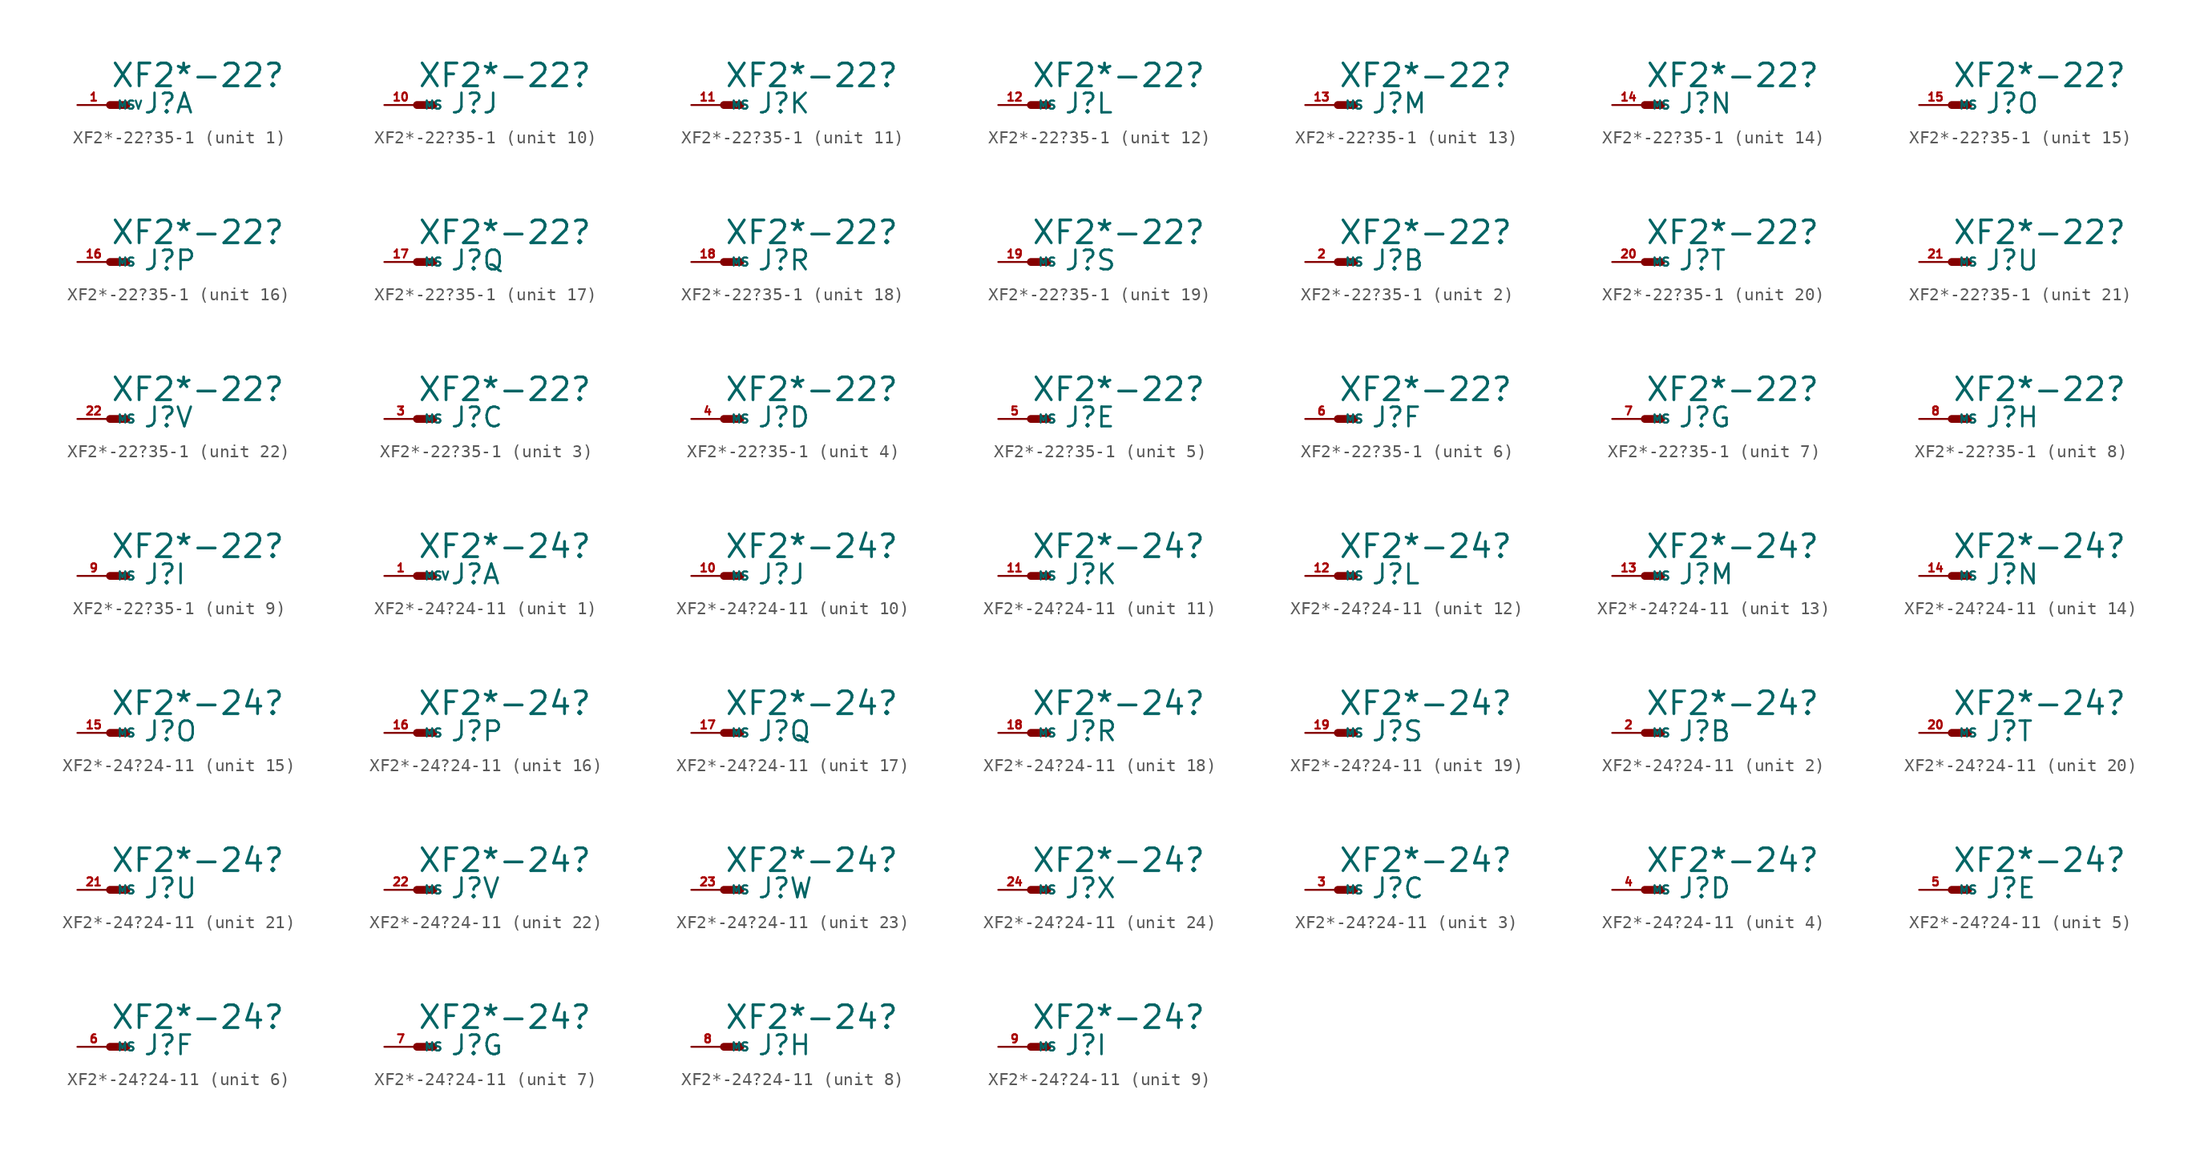
<source format=kicad_sym>
(kicad_symbol_lib
  (version 20220914)
  (generator Eagle2Kicad)
  (symbol "XF2*-22?35-1"
    (property "Reference" "J"
      (at 2.54 -0.762 0)
      (effects (font (size 1.524 1.524) (thickness 0.19)) (justify left bottom)))
    (property "Value" "XF2*-22?"
      (at 0 1.27 0)
      (effects (font (size 1.778 1.778) (thickness 0.22)) (justify left bottom)))
    (symbol "XF2*-22?35-1_1_0"
      (polyline (pts (xy 0 0) (xy 1.27 0)) (stroke (width 0.61) (type default)) (fill (type none)))
      (pin passive line (at -2.54 0 0) (length 2.54) (name "MSV" (effects (font (size 0.635 0.635) (thickness 0.08)) (justify left bottom))) (number "1" (effects (font (size 0.635 0.635) (thickness 0.08)) (justify left bottom)))))
    (symbol "XF2*-22?35-1_2_0"
      (polyline (pts (xy 0 0) (xy 1.27 0)) (stroke (width 0.61) (type default)) (fill (type none)))
      (pin passive line (at -2.54 0 0) (length 2.54) (name "MS" (effects (font (size 0.635 0.635) (thickness 0.08)) (justify left bottom))) (number "2" (effects (font (size 0.635 0.635) (thickness 0.08)) (justify left bottom)))))
    (symbol "XF2*-22?35-1_3_0"
      (polyline (pts (xy 0 0) (xy 1.27 0)) (stroke (width 0.61) (type default)) (fill (type none)))
      (pin passive line (at -2.54 0 0) (length 2.54) (name "MS" (effects (font (size 0.635 0.635) (thickness 0.08)) (justify left bottom))) (number "3" (effects (font (size 0.635 0.635) (thickness 0.08)) (justify left bottom)))))
    (symbol "XF2*-22?35-1_4_0"
      (polyline (pts (xy 0 0) (xy 1.27 0)) (stroke (width 0.61) (type default)) (fill (type none)))
      (pin passive line (at -2.54 0 0) (length 2.54) (name "MS" (effects (font (size 0.635 0.635) (thickness 0.08)) (justify left bottom))) (number "4" (effects (font (size 0.635 0.635) (thickness 0.08)) (justify left bottom)))))
    (symbol "XF2*-22?35-1_5_0"
      (polyline (pts (xy 0 0) (xy 1.27 0)) (stroke (width 0.61) (type default)) (fill (type none)))
      (pin passive line (at -2.54 0 0) (length 2.54) (name "MS" (effects (font (size 0.635 0.635) (thickness 0.08)) (justify left bottom))) (number "5" (effects (font (size 0.635 0.635) (thickness 0.08)) (justify left bottom)))))
    (symbol "XF2*-22?35-1_6_0"
      (polyline (pts (xy 0 0) (xy 1.27 0)) (stroke (width 0.61) (type default)) (fill (type none)))
      (pin passive line (at -2.54 0 0) (length 2.54) (name "MS" (effects (font (size 0.635 0.635) (thickness 0.08)) (justify left bottom))) (number "6" (effects (font (size 0.635 0.635) (thickness 0.08)) (justify left bottom)))))
    (symbol "XF2*-22?35-1_7_0"
      (polyline (pts (xy 0 0) (xy 1.27 0)) (stroke (width 0.61) (type default)) (fill (type none)))
      (pin passive line (at -2.54 0 0) (length 2.54) (name "MS" (effects (font (size 0.635 0.635) (thickness 0.08)) (justify left bottom))) (number "7" (effects (font (size 0.635 0.635) (thickness 0.08)) (justify left bottom)))))
    (symbol "XF2*-22?35-1_8_0"
      (polyline (pts (xy 0 0) (xy 1.27 0)) (stroke (width 0.61) (type default)) (fill (type none)))
      (pin passive line (at -2.54 0 0) (length 2.54) (name "MS" (effects (font (size 0.635 0.635) (thickness 0.08)) (justify left bottom))) (number "8" (effects (font (size 0.635 0.635) (thickness 0.08)) (justify left bottom)))))
    (symbol "XF2*-22?35-1_9_0"
      (polyline (pts (xy 0 0) (xy 1.27 0)) (stroke (width 0.61) (type default)) (fill (type none)))
      (pin passive line (at -2.54 0 0) (length 2.54) (name "MS" (effects (font (size 0.635 0.635) (thickness 0.08)) (justify left bottom))) (number "9" (effects (font (size 0.635 0.635) (thickness 0.08)) (justify left bottom)))))
    (symbol "XF2*-22?35-1_10_0"
      (polyline (pts (xy 0 0) (xy 1.27 0)) (stroke (width 0.61) (type default)) (fill (type none)))
      (pin passive line (at -2.54 0 0) (length 2.54) (name "MS" (effects (font (size 0.635 0.635) (thickness 0.08)) (justify left bottom))) (number "10" (effects (font (size 0.635 0.635) (thickness 0.08)) (justify left bottom)))))
    (symbol "XF2*-22?35-1_11_0"
      (polyline (pts (xy 0 0) (xy 1.27 0)) (stroke (width 0.61) (type default)) (fill (type none)))
      (pin passive line (at -2.54 0 0) (length 2.54) (name "MS" (effects (font (size 0.635 0.635) (thickness 0.08)) (justify left bottom))) (number "11" (effects (font (size 0.635 0.635) (thickness 0.08)) (justify left bottom)))))
    (symbol "XF2*-22?35-1_12_0"
      (polyline (pts (xy 0 0) (xy 1.27 0)) (stroke (width 0.61) (type default)) (fill (type none)))
      (pin passive line (at -2.54 0 0) (length 2.54) (name "MS" (effects (font (size 0.635 0.635) (thickness 0.08)) (justify left bottom))) (number "12" (effects (font (size 0.635 0.635) (thickness 0.08)) (justify left bottom)))))
    (symbol "XF2*-22?35-1_13_0"
      (polyline (pts (xy 0 0) (xy 1.27 0)) (stroke (width 0.61) (type default)) (fill (type none)))
      (pin passive line (at -2.54 0 0) (length 2.54) (name "MS" (effects (font (size 0.635 0.635) (thickness 0.08)) (justify left bottom))) (number "13" (effects (font (size 0.635 0.635) (thickness 0.08)) (justify left bottom)))))
    (symbol "XF2*-22?35-1_14_0"
      (polyline (pts (xy 0 0) (xy 1.27 0)) (stroke (width 0.61) (type default)) (fill (type none)))
      (pin passive line (at -2.54 0 0) (length 2.54) (name "MS" (effects (font (size 0.635 0.635) (thickness 0.08)) (justify left bottom))) (number "14" (effects (font (size 0.635 0.635) (thickness 0.08)) (justify left bottom)))))
    (symbol "XF2*-22?35-1_15_0"
      (polyline (pts (xy 0 0) (xy 1.27 0)) (stroke (width 0.61) (type default)) (fill (type none)))
      (pin passive line (at -2.54 0 0) (length 2.54) (name "MS" (effects (font (size 0.635 0.635) (thickness 0.08)) (justify left bottom))) (number "15" (effects (font (size 0.635 0.635) (thickness 0.08)) (justify left bottom)))))
    (symbol "XF2*-22?35-1_16_0"
      (polyline (pts (xy 0 0) (xy 1.27 0)) (stroke (width 0.61) (type default)) (fill (type none)))
      (pin passive line (at -2.54 0 0) (length 2.54) (name "MS" (effects (font (size 0.635 0.635) (thickness 0.08)) (justify left bottom))) (number "16" (effects (font (size 0.635 0.635) (thickness 0.08)) (justify left bottom)))))
    (symbol "XF2*-22?35-1_17_0"
      (polyline (pts (xy 0 0) (xy 1.27 0)) (stroke (width 0.61) (type default)) (fill (type none)))
      (pin passive line (at -2.54 0 0) (length 2.54) (name "MS" (effects (font (size 0.635 0.635) (thickness 0.08)) (justify left bottom))) (number "17" (effects (font (size 0.635 0.635) (thickness 0.08)) (justify left bottom)))))
    (symbol "XF2*-22?35-1_18_0"
      (polyline (pts (xy 0 0) (xy 1.27 0)) (stroke (width 0.61) (type default)) (fill (type none)))
      (pin passive line (at -2.54 0 0) (length 2.54) (name "MS" (effects (font (size 0.635 0.635) (thickness 0.08)) (justify left bottom))) (number "18" (effects (font (size 0.635 0.635) (thickness 0.08)) (justify left bottom)))))
    (symbol "XF2*-22?35-1_19_0"
      (polyline (pts (xy 0 0) (xy 1.27 0)) (stroke (width 0.61) (type default)) (fill (type none)))
      (pin passive line (at -2.54 0 0) (length 2.54) (name "MS" (effects (font (size 0.635 0.635) (thickness 0.08)) (justify left bottom))) (number "19" (effects (font (size 0.635 0.635) (thickness 0.08)) (justify left bottom)))))
    (symbol "XF2*-22?35-1_20_0"
      (polyline (pts (xy 0 0) (xy 1.27 0)) (stroke (width 0.61) (type default)) (fill (type none)))
      (pin passive line (at -2.54 0 0) (length 2.54) (name "MS" (effects (font (size 0.635 0.635) (thickness 0.08)) (justify left bottom))) (number "20" (effects (font (size 0.635 0.635) (thickness 0.08)) (justify left bottom)))))
    (symbol "XF2*-22?35-1_21_0"
      (polyline (pts (xy 0 0) (xy 1.27 0)) (stroke (width 0.61) (type default)) (fill (type none)))
      (pin passive line (at -2.54 0 0) (length 2.54) (name "MS" (effects (font (size 0.635 0.635) (thickness 0.08)) (justify left bottom))) (number "21" (effects (font (size 0.635 0.635) (thickness 0.08)) (justify left bottom)))))
    (symbol "XF2*-22?35-1_22_0"
      (polyline (pts (xy 0 0) (xy 1.27 0)) (stroke (width 0.61) (type default)) (fill (type none)))
      (pin passive line (at -2.54 0 0) (length 2.54) (name "MS" (effects (font (size 0.635 0.635) (thickness 0.08)) (justify left bottom))) (number "22" (effects (font (size 0.635 0.635) (thickness 0.08)) (justify left bottom))))))
  (symbol "XF2*-24?24-11"
    (property "Reference" "J"
      (at 2.54 -0.762 0)
      (effects (font (size 1.524 1.524) (thickness 0.19)) (justify left bottom)))
    (property "Value" "XF2*-24?"
      (at 0 1.27 0)
      (effects (font (size 1.778 1.778) (thickness 0.22)) (justify left bottom)))
    (symbol "XF2*-24?24-11_1_0"
      (polyline (pts (xy 0 0) (xy 1.27 0)) (stroke (width 0.61) (type default)) (fill (type none)))
      (pin passive line (at -2.54 0 0) (length 2.54) (name "MSV" (effects (font (size 0.635 0.635) (thickness 0.08)) (justify left bottom))) (number "1" (effects (font (size 0.635 0.635) (thickness 0.08)) (justify left bottom)))))
    (symbol "XF2*-24?24-11_2_0"
      (polyline (pts (xy 0 0) (xy 1.27 0)) (stroke (width 0.61) (type default)) (fill (type none)))
      (pin passive line (at -2.54 0 0) (length 2.54) (name "MS" (effects (font (size 0.635 0.635) (thickness 0.08)) (justify left bottom))) (number "2" (effects (font (size 0.635 0.635) (thickness 0.08)) (justify left bottom)))))
    (symbol "XF2*-24?24-11_3_0"
      (polyline (pts (xy 0 0) (xy 1.27 0)) (stroke (width 0.61) (type default)) (fill (type none)))
      (pin passive line (at -2.54 0 0) (length 2.54) (name "MS" (effects (font (size 0.635 0.635) (thickness 0.08)) (justify left bottom))) (number "3" (effects (font (size 0.635 0.635) (thickness 0.08)) (justify left bottom)))))
    (symbol "XF2*-24?24-11_4_0"
      (polyline (pts (xy 0 0) (xy 1.27 0)) (stroke (width 0.61) (type default)) (fill (type none)))
      (pin passive line (at -2.54 0 0) (length 2.54) (name "MS" (effects (font (size 0.635 0.635) (thickness 0.08)) (justify left bottom))) (number "4" (effects (font (size 0.635 0.635) (thickness 0.08)) (justify left bottom)))))
    (symbol "XF2*-24?24-11_5_0"
      (polyline (pts (xy 0 0) (xy 1.27 0)) (stroke (width 0.61) (type default)) (fill (type none)))
      (pin passive line (at -2.54 0 0) (length 2.54) (name "MS" (effects (font (size 0.635 0.635) (thickness 0.08)) (justify left bottom))) (number "5" (effects (font (size 0.635 0.635) (thickness 0.08)) (justify left bottom)))))
    (symbol "XF2*-24?24-11_6_0"
      (polyline (pts (xy 0 0) (xy 1.27 0)) (stroke (width 0.61) (type default)) (fill (type none)))
      (pin passive line (at -2.54 0 0) (length 2.54) (name "MS" (effects (font (size 0.635 0.635) (thickness 0.08)) (justify left bottom))) (number "6" (effects (font (size 0.635 0.635) (thickness 0.08)) (justify left bottom)))))
    (symbol "XF2*-24?24-11_7_0"
      (polyline (pts (xy 0 0) (xy 1.27 0)) (stroke (width 0.61) (type default)) (fill (type none)))
      (pin passive line (at -2.54 0 0) (length 2.54) (name "MS" (effects (font (size 0.635 0.635) (thickness 0.08)) (justify left bottom))) (number "7" (effects (font (size 0.635 0.635) (thickness 0.08)) (justify left bottom)))))
    (symbol "XF2*-24?24-11_8_0"
      (polyline (pts (xy 0 0) (xy 1.27 0)) (stroke (width 0.61) (type default)) (fill (type none)))
      (pin passive line (at -2.54 0 0) (length 2.54) (name "MS" (effects (font (size 0.635 0.635) (thickness 0.08)) (justify left bottom))) (number "8" (effects (font (size 0.635 0.635) (thickness 0.08)) (justify left bottom)))))
    (symbol "XF2*-24?24-11_9_0"
      (polyline (pts (xy 0 0) (xy 1.27 0)) (stroke (width 0.61) (type default)) (fill (type none)))
      (pin passive line (at -2.54 0 0) (length 2.54) (name "MS" (effects (font (size 0.635 0.635) (thickness 0.08)) (justify left bottom))) (number "9" (effects (font (size 0.635 0.635) (thickness 0.08)) (justify left bottom)))))
    (symbol "XF2*-24?24-11_10_0"
      (polyline (pts (xy 0 0) (xy 1.27 0)) (stroke (width 0.61) (type default)) (fill (type none)))
      (pin passive line (at -2.54 0 0) (length 2.54) (name "MS" (effects (font (size 0.635 0.635) (thickness 0.08)) (justify left bottom))) (number "10" (effects (font (size 0.635 0.635) (thickness 0.08)) (justify left bottom)))))
    (symbol "XF2*-24?24-11_11_0"
      (polyline (pts (xy 0 0) (xy 1.27 0)) (stroke (width 0.61) (type default)) (fill (type none)))
      (pin passive line (at -2.54 0 0) (length 2.54) (name "MS" (effects (font (size 0.635 0.635) (thickness 0.08)) (justify left bottom))) (number "11" (effects (font (size 0.635 0.635) (thickness 0.08)) (justify left bottom)))))
    (symbol "XF2*-24?24-11_12_0"
      (polyline (pts (xy 0 0) (xy 1.27 0)) (stroke (width 0.61) (type default)) (fill (type none)))
      (pin passive line (at -2.54 0 0) (length 2.54) (name "MS" (effects (font (size 0.635 0.635) (thickness 0.08)) (justify left bottom))) (number "12" (effects (font (size 0.635 0.635) (thickness 0.08)) (justify left bottom)))))
    (symbol "XF2*-24?24-11_13_0"
      (polyline (pts (xy 0 0) (xy 1.27 0)) (stroke (width 0.61) (type default)) (fill (type none)))
      (pin passive line (at -2.54 0 0) (length 2.54) (name "MS" (effects (font (size 0.635 0.635) (thickness 0.08)) (justify left bottom))) (number "13" (effects (font (size 0.635 0.635) (thickness 0.08)) (justify left bottom)))))
    (symbol "XF2*-24?24-11_14_0"
      (polyline (pts (xy 0 0) (xy 1.27 0)) (stroke (width 0.61) (type default)) (fill (type none)))
      (pin passive line (at -2.54 0 0) (length 2.54) (name "MS" (effects (font (size 0.635 0.635) (thickness 0.08)) (justify left bottom))) (number "14" (effects (font (size 0.635 0.635) (thickness 0.08)) (justify left bottom)))))
    (symbol "XF2*-24?24-11_15_0"
      (polyline (pts (xy 0 0) (xy 1.27 0)) (stroke (width 0.61) (type default)) (fill (type none)))
      (pin passive line (at -2.54 0 0) (length 2.54) (name "MS" (effects (font (size 0.635 0.635) (thickness 0.08)) (justify left bottom))) (number "15" (effects (font (size 0.635 0.635) (thickness 0.08)) (justify left bottom)))))
    (symbol "XF2*-24?24-11_16_0"
      (polyline (pts (xy 0 0) (xy 1.27 0)) (stroke (width 0.61) (type default)) (fill (type none)))
      (pin passive line (at -2.54 0 0) (length 2.54) (name "MS" (effects (font (size 0.635 0.635) (thickness 0.08)) (justify left bottom))) (number "16" (effects (font (size 0.635 0.635) (thickness 0.08)) (justify left bottom)))))
    (symbol "XF2*-24?24-11_17_0"
      (polyline (pts (xy 0 0) (xy 1.27 0)) (stroke (width 0.61) (type default)) (fill (type none)))
      (pin passive line (at -2.54 0 0) (length 2.54) (name "MS" (effects (font (size 0.635 0.635) (thickness 0.08)) (justify left bottom))) (number "17" (effects (font (size 0.635 0.635) (thickness 0.08)) (justify left bottom)))))
    (symbol "XF2*-24?24-11_18_0"
      (polyline (pts (xy 0 0) (xy 1.27 0)) (stroke (width 0.61) (type default)) (fill (type none)))
      (pin passive line (at -2.54 0 0) (length 2.54) (name "MS" (effects (font (size 0.635 0.635) (thickness 0.08)) (justify left bottom))) (number "18" (effects (font (size 0.635 0.635) (thickness 0.08)) (justify left bottom)))))
    (symbol "XF2*-24?24-11_19_0"
      (polyline (pts (xy 0 0) (xy 1.27 0)) (stroke (width 0.61) (type default)) (fill (type none)))
      (pin passive line (at -2.54 0 0) (length 2.54) (name "MS" (effects (font (size 0.635 0.635) (thickness 0.08)) (justify left bottom))) (number "19" (effects (font (size 0.635 0.635) (thickness 0.08)) (justify left bottom)))))
    (symbol "XF2*-24?24-11_20_0"
      (polyline (pts (xy 0 0) (xy 1.27 0)) (stroke (width 0.61) (type default)) (fill (type none)))
      (pin passive line (at -2.54 0 0) (length 2.54) (name "MS" (effects (font (size 0.635 0.635) (thickness 0.08)) (justify left bottom))) (number "20" (effects (font (size 0.635 0.635) (thickness 0.08)) (justify left bottom)))))
    (symbol "XF2*-24?24-11_21_0"
      (polyline (pts (xy 0 0) (xy 1.27 0)) (stroke (width 0.61) (type default)) (fill (type none)))
      (pin passive line (at -2.54 0 0) (length 2.54) (name "MS" (effects (font (size 0.635 0.635) (thickness 0.08)) (justify left bottom))) (number "21" (effects (font (size 0.635 0.635) (thickness 0.08)) (justify left bottom)))))
    (symbol "XF2*-24?24-11_22_0"
      (polyline (pts (xy 0 0) (xy 1.27 0)) (stroke (width 0.61) (type default)) (fill (type none)))
      (pin passive line (at -2.54 0 0) (length 2.54) (name "MS" (effects (font (size 0.635 0.635) (thickness 0.08)) (justify left bottom))) (number "22" (effects (font (size 0.635 0.635) (thickness 0.08)) (justify left bottom)))))
    (symbol "XF2*-24?24-11_23_0"
      (polyline (pts (xy 0 0) (xy 1.27 0)) (stroke (width 0.61) (type default)) (fill (type none)))
      (pin passive line (at -2.54 0 0) (length 2.54) (name "MS" (effects (font (size 0.635 0.635) (thickness 0.08)) (justify left bottom))) (number "23" (effects (font (size 0.635 0.635) (thickness 0.08)) (justify left bottom)))))
    (symbol "XF2*-24?24-11_24_0"
      (polyline (pts (xy 0 0) (xy 1.27 0)) (stroke (width 0.61) (type default)) (fill (type none)))
      (pin passive line (at -2.54 0 0) (length 2.54) (name "MS" (effects (font (size 0.635 0.635) (thickness 0.08)) (justify left bottom))) (number "24" (effects (font (size 0.635 0.635) (thickness 0.08)) (justify left bottom)))))))
</source>
